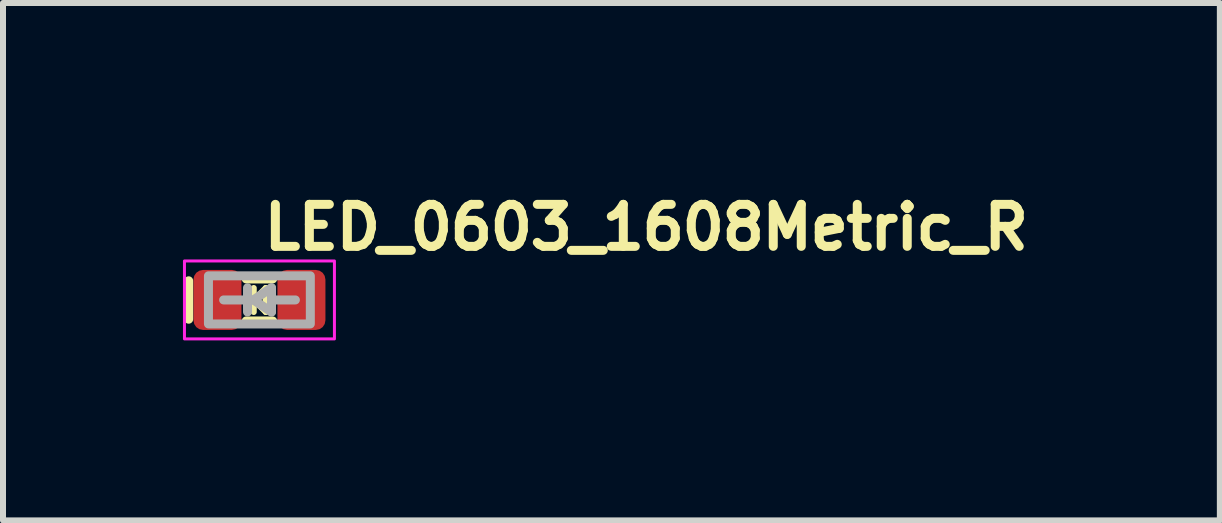
<source format=kicad_pcb>
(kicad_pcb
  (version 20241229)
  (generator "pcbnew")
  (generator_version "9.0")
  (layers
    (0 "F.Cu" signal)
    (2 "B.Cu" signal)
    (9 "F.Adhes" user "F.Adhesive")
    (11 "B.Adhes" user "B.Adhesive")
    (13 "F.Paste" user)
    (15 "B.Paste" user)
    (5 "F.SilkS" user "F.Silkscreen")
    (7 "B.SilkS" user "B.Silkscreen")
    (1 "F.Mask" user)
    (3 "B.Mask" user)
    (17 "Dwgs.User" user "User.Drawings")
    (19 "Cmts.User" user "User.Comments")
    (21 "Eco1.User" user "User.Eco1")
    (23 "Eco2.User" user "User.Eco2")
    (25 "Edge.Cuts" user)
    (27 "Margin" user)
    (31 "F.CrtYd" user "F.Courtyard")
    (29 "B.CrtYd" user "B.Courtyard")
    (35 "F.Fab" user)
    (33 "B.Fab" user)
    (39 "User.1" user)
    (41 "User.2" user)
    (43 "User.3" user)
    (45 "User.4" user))
  (footprint "LED_0603_1608Metric_R"
    (layer "F.Cu")
    (at 1.275 1.95)
    (property "Reference" "LED_0603_1608Metric_R" (at 0 -0.8 0) (layer "F.SilkS") (effects (font (size 0.7 0.7) (thickness 0.15)) (justify left bottom)))
    (attr smd)
    (fp_line (start -1.18 -0.319) (end -1.18 0.321) (stroke (width 0.15) (type solid)) (layer "F.SilkS"))
    (fp_line (start -0.095 0.001) (end -0.24 0.001) (stroke (width 0.1) (type solid)) (layer "F.SilkS"))
    (fp_line (start -0.095 0.001) (end 0.105 -0.199) (stroke (width 0.1) (type solid)) (layer "F.SilkS"))
    (fp_line (start -0.095 0.201) (end -0.095 -0.199) (stroke (width 0.1) (type solid)) (layer "F.SilkS"))
    (fp_line (start 0.105 0.001) (end 0.24 0.001) (stroke (width 0.1) (type solid)) (layer "F.SilkS"))
    (fp_line (start 0.105 0.201) (end -0.095 0.001) (stroke (width 0.1) (type solid)) (layer "F.SilkS"))
    (fp_line (start 0.105 0.201) (end 0.105 -0.199) (stroke (width 0.1) (type solid)) (layer "F.SilkS"))
    (fp_line (start 0.22 -0.35) (end -0.22 -0.35) (stroke (width 0.15) (type solid)) (layer "F.SilkS"))
    (fp_line (start 0.22 0.35) (end -0.22 0.35) (stroke (width 0.15) (type solid)) (layer "F.SilkS"))
    (fp_rect (start 1.25 0.65) (end -1.25 -0.65) (stroke (width 0.05) (type solid)) (fill no) (layer "F.CrtYd"))
    (fp_line (start -0.199 -0.202) (end -0.199 0.1) (stroke (width 0.15) (type solid)) (layer "F.Fab"))
    (fp_line (start -0.199 0) (end -0.597 0) (stroke (width 0.15) (type solid)) (layer "F.Fab"))
    (fp_line (start -0.199 0.2) (end -0.199 0.1) (stroke (width 0.15) (type solid)) (layer "F.Fab"))
    (fp_line (start -0.101 0) (end 0.201 0.2) (stroke (width 0.15) (type solid)) (layer "F.Fab"))
    (fp_line (start 0.201 -0.202) (end -0.101 0) (stroke (width 0.15) (type solid)) (layer "F.Fab"))
    (fp_line (start 0.201 0) (end 0.201 -0.202) (stroke (width 0.15) (type solid)) (layer "F.Fab"))
    (fp_line (start 0.201 0.2) (end 0.201 0) (stroke (width 0.15) (type solid)) (layer "F.Fab"))
    (fp_line (start 0.599 0) (end 0.201 0) (stroke (width 0.15) (type solid)) (layer "F.Fab"))
    (fp_rect (start 0.848 0.4) (end -0.85 -0.402) (stroke (width 0.15) (type solid)) (fill no) (layer "F.Fab"))
    (fp_rect (start -0.81 -0.4) (end 0.81 0.4) (stroke (width 0.1) (type solid)) (fill no) (layer "User.5"))
    (fp_line (start -0.812 -0.342) (end -0.812 -0.15) (stroke (width 0.02) (type solid)) (layer "User.9"))
    (fp_line (start -0.812 -0.15) (end -0.801 -0.151) (stroke (width 0.02) (type solid)) (layer "User.9"))
    (fp_line (start -0.812 0.148) (end -0.812 0.34) (stroke (width 0.02) (type solid)) (layer "User.9"))
    (fp_line (start -0.812 0.34) (end -0.58 0.34) (stroke (width 0.02) (type solid)) (layer "User.9"))
    (fp_line (start -0.806 0.148) (end -0.812 0.148) (stroke (width 0.02) (type solid)) (layer "User.9"))
    (fp_line (start -0.802 -0.402) (end -0.802 -0.342) (stroke (width 0.02) (type solid)) (layer "User.9"))
    (fp_line (start -0.802 0.34) (end -0.802 0.4) (stroke (width 0.02) (type solid)) (layer "User.9"))
    (fp_line (start -0.802 0.4) (end 0.8 0.4) (stroke (width 0.02) (type solid)) (layer "User.9"))
    (fp_line (start -0.801 -0.151) (end -0.791 -0.15) (stroke (width 0.02) (type solid)) (layer "User.9"))
    (fp_line (start -0.801 0.149) (end -0.806 0.148) (stroke (width 0.02) (type solid)) (layer "User.9"))
    (fp_line (start -0.796 0.148) (end -0.801 0.149) (stroke (width 0.02) (type solid)) (layer "User.9"))
    (fp_line (start -0.791 -0.15) (end -0.78 -0.149) (stroke (width 0.02) (type solid)) (layer "User.9"))
    (fp_line (start -0.791 0.148) (end -0.796 0.148) (stroke (width 0.02) (type solid)) (layer "User.9"))
    (fp_line (start -0.786 0.148) (end -0.791 0.148) (stroke (width 0.02) (type solid)) (layer "User.9"))
    (fp_line (start -0.782 -0.392) (end -0.782 -0.342) (stroke (width 0.02) (type solid)) (layer "User.9"))
    (fp_line (start -0.782 0.34) (end -0.782 0.39) (stroke (width 0.02) (type solid)) (layer "User.9"))
    (fp_line (start -0.782 0.39) (end -0.5 0.39) (stroke (width 0.02) (type solid)) (layer "User.9"))
    (fp_line (start -0.78 -0.149) (end -0.77 -0.147) (stroke (width 0.02) (type solid)) (layer "User.9"))
    (fp_line (start -0.78 0.147) (end -0.786 0.148) (stroke (width 0.02) (type solid)) (layer "User.9"))
    (fp_line (start -0.775 0.146) (end -0.78 0.147) (stroke (width 0.02) (type solid)) (layer "User.9"))
    (fp_line (start -0.77 -0.147) (end -0.76 -0.145) (stroke (width 0.02) (type solid)) (layer "User.9"))
    (fp_line (start -0.77 0.145) (end -0.775 0.146) (stroke (width 0.02) (type solid)) (layer "User.9"))
    (fp_line (start -0.764 0.144) (end -0.77 0.145) (stroke (width 0.02) (type solid)) (layer "User.9"))
    (fp_line (start -0.76 -0.145) (end -0.75 -0.143) (stroke (width 0.02) (type solid)) (layer "User.9"))
    (fp_line (start -0.76 0.144) (end -0.764 0.144) (stroke (width 0.02) (type solid)) (layer "User.9"))
    (fp_line (start -0.755 0.142) (end -0.76 0.144) (stroke (width 0.02) (type solid)) (layer "User.9"))
    (fp_line (start -0.75 -0.143) (end -0.74 -0.139) (stroke (width 0.02) (type solid)) (layer "User.9"))
    (fp_line (start -0.75 0.141) (end -0.755 0.142) (stroke (width 0.02) (type solid)) (layer "User.9"))
    (fp_line (start -0.745 0.139) (end -0.75 0.141) (stroke (width 0.02) (type solid)) (layer "User.9"))
    (fp_line (start -0.74 -0.139) (end -0.731 -0.135) (stroke (width 0.02) (type solid)) (layer "User.9"))
    (fp_line (start -0.74 0.137) (end -0.745 0.139) (stroke (width 0.02) (type solid)) (layer "User.9"))
    (fp_line (start -0.736 0.135) (end -0.74 0.137) (stroke (width 0.02) (type solid)) (layer "User.9"))
    (fp_line (start -0.731 -0.135) (end -0.723 -0.13) (stroke (width 0.02) (type solid)) (layer "User.9"))
    (fp_line (start -0.731 0.133) (end -0.736 0.135) (stroke (width 0.02) (type solid)) (layer "User.9"))
    (fp_line (start -0.727 0.13) (end -0.731 0.133) (stroke (width 0.02) (type solid)) (layer "User.9"))
    (fp_line (start -0.723 -0.13) (end -0.714 -0.123) (stroke (width 0.02) (type solid)) (layer "User.9"))
    (fp_line (start -0.723 0.128) (end -0.727 0.13) (stroke (width 0.02) (type solid)) (layer "User.9"))
    (fp_line (start -0.718 0.124) (end -0.723 0.128) (stroke (width 0.02) (type solid)) (layer "User.9"))
    (fp_line (start -0.714 -0.123) (end -0.706 -0.118) (stroke (width 0.02) (type solid)) (layer "User.9"))
    (fp_line (start -0.714 0.121) (end -0.718 0.124) (stroke (width 0.02) (type solid)) (layer "User.9"))
    (fp_line (start -0.71 0.119) (end -0.714 0.121) (stroke (width 0.02) (type solid)) (layer "User.9"))
    (fp_line (start -0.706 -0.118) (end -0.699 -0.11) (stroke (width 0.02) (type solid)) (layer "User.9"))
    (fp_line (start -0.706 0.116) (end -0.71 0.119) (stroke (width 0.02) (type solid)) (layer "User.9"))
    (fp_line (start -0.703 0.113) (end -0.706 0.116) (stroke (width 0.02) (type solid)) (layer "User.9"))
    (fp_line (start -0.699 -0.11) (end -0.692 -0.104) (stroke (width 0.02) (type solid)) (layer "User.9"))
    (fp_line (start -0.699 0.108) (end -0.703 0.113) (stroke (width 0.02) (type solid)) (layer "User.9"))
    (fp_line (start -0.696 0.105) (end -0.699 0.108) (stroke (width 0.02) (type solid)) (layer "User.9"))
    (fp_line (start -0.692 -0.104) (end -0.685 -0.095) (stroke (width 0.02) (type solid)) (layer "User.9"))
    (fp_line (start -0.692 0.102) (end -0.696 0.105) (stroke (width 0.02) (type solid)) (layer "User.9"))
    (fp_line (start -0.689 0.098) (end -0.692 0.102) (stroke (width 0.02) (type solid)) (layer "User.9"))
    (fp_line (start -0.685 -0.095) (end -0.679 -0.088) (stroke (width 0.02) (type solid)) (layer "User.9"))
    (fp_line (start -0.685 0.093) (end -0.689 0.098) (stroke (width 0.02) (type solid)) (layer "User.9"))
    (fp_line (start -0.682 0.089) (end -0.685 0.093) (stroke (width 0.02) (type solid)) (layer "User.9"))
    (fp_line (start -0.679 -0.088) (end -0.673 -0.078) (stroke (width 0.02) (type solid)) (layer "User.9"))
    (fp_line (start -0.679 0.086) (end -0.682 0.089) (stroke (width 0.02) (type solid)) (layer "User.9"))
    (fp_line (start -0.676 0.082) (end -0.679 0.086) (stroke (width 0.02) (type solid)) (layer "User.9"))
    (fp_line (start -0.673 -0.078) (end -0.673 -0.078) (stroke (width 0.02) (type solid)) (layer "User.9"))
    (fp_line (start -0.673 -0.078) (end -0.668 -0.07) (stroke (width 0.02) (type solid)) (layer "User.9"))
    (fp_line (start -0.673 0.076) (end -0.676 0.082) (stroke (width 0.02) (type solid)) (layer "User.9"))
    (fp_line (start -0.673 0.076) (end -0.673 0.076) (stroke (width 0.02) (type solid)) (layer "User.9"))
    (fp_line (start -0.668 -0.07) (end -0.664 -0.06) (stroke (width 0.02) (type solid)) (layer "User.9"))
    (fp_line (start -0.668 0.068) (end -0.673 0.076) (stroke (width 0.02) (type solid)) (layer "User.9"))
    (fp_line (start -0.664 -0.06) (end -0.66 -0.051) (stroke (width 0.02) (type solid)) (layer "User.9"))
    (fp_line (start -0.664 0.059) (end -0.668 0.068) (stroke (width 0.02) (type solid)) (layer "User.9"))
    (fp_line (start -0.66 -0.051) (end -0.657 -0.042) (stroke (width 0.02) (type solid)) (layer "User.9"))
    (fp_line (start -0.66 0.049) (end -0.664 0.059) (stroke (width 0.02) (type solid)) (layer "User.9"))
    (fp_line (start -0.657 -0.042) (end -0.655 -0.031) (stroke (width 0.02) (type solid)) (layer "User.9"))
    (fp_line (start -0.657 0.04) (end -0.66 0.049) (stroke (width 0.02) (type solid)) (layer "User.9"))
    (fp_line (start -0.655 -0.031) (end -0.653 -0.022) (stroke (width 0.02) (type solid)) (layer "User.9"))
    (fp_line (start -0.655 0.029) (end -0.657 0.04) (stroke (width 0.02) (type solid)) (layer "User.9"))
    (fp_line (start -0.653 -0.022) (end -0.652 -0.011) (stroke (width 0.02) (type solid)) (layer "User.9"))
    (fp_line (start -0.653 0.02) (end -0.655 0.029) (stroke (width 0.02) (type solid)) (layer "User.9"))
    (fp_line (start -0.652 -0.011) (end -0.651 0) (stroke (width 0.02) (type solid)) (layer "User.9"))
    (fp_line (start -0.652 0.01) (end -0.653 0.02) (stroke (width 0.02) (type solid)) (layer "User.9"))
    (fp_line (start -0.651 0) (end -0.652 0.01) (stroke (width 0.02) (type solid)) (layer "User.9"))
    (fp_line (start -0.6 -0.308) (end -0.599 -0.311) (stroke (width 0.02) (type solid)) (layer "User.9"))
    (fp_line (start -0.6 -0.306) (end -0.6 -0.308) (stroke (width 0.02) (type solid)) (layer "User.9"))
    (fp_line (start -0.6 -0.303) (end -0.6 -0.306) (stroke (width 0.02) (type solid)) (layer "User.9"))
    (fp_line (start -0.6 -0.3) (end -0.6 -0.303) (stroke (width 0.02) (type solid)) (layer "User.9"))
    (fp_line (start -0.6 -0.3) (end -0.6 0.298) (stroke (width 0.02) (type solid)) (layer "User.9"))
    (fp_line (start -0.6 0.301) (end -0.6 0.298) (stroke (width 0.02) (type solid)) (layer "User.9"))
    (fp_line (start -0.6 0.304) (end -0.6 0.301) (stroke (width 0.02) (type solid)) (layer "User.9"))
    (fp_line (start -0.6 0.306) (end -0.6 0.304) (stroke (width 0.02) (type solid)) (layer "User.9"))
    (fp_line (start -0.599 -0.313) (end -0.598 -0.315) (stroke (width 0.02) (type solid)) (layer "User.9"))
    (fp_line (start -0.599 -0.311) (end -0.599 -0.313) (stroke (width 0.02) (type solid)) (layer "User.9"))
    (fp_line (start -0.599 0.309) (end -0.6 0.306) (stroke (width 0.02) (type solid)) (layer "User.9"))
    (fp_line (start -0.599 0.311) (end -0.599 0.309) (stroke (width 0.02) (type solid)) (layer "User.9"))
    (fp_line (start -0.598 -0.315) (end -0.597 -0.318) (stroke (width 0.02) (type solid)) (layer "User.9"))
    (fp_line (start -0.598 0.313) (end -0.599 0.311) (stroke (width 0.02) (type solid)) (layer "User.9"))
    (fp_line (start -0.597 -0.32) (end -0.596 -0.323) (stroke (width 0.02) (type solid)) (layer "User.9"))
    (fp_line (start -0.597 -0.318) (end -0.597 -0.32) (stroke (width 0.02) (type solid)) (layer "User.9"))
    (fp_line (start -0.597 0.316) (end -0.598 0.313) (stroke (width 0.02) (type solid)) (layer "User.9"))
    (fp_line (start -0.597 0.318) (end -0.597 0.316) (stroke (width 0.02) (type solid)) (layer "User.9"))
    (fp_line (start -0.596 -0.323) (end -0.594 -0.325) (stroke (width 0.02) (type solid)) (layer "User.9"))
    (fp_line (start -0.596 0.321) (end -0.597 0.318) (stroke (width 0.02) (type solid)) (layer "User.9"))
    (fp_line (start -0.594 -0.325) (end -0.593 -0.327) (stroke (width 0.02) (type solid)) (layer "User.9"))
    (fp_line (start -0.594 0.323) (end -0.596 0.321) (stroke (width 0.02) (type solid)) (layer "User.9"))
    (fp_line (start -0.593 -0.327) (end -0.592 -0.329) (stroke (width 0.02) (type solid)) (layer "User.9"))
    (fp_line (start -0.593 0.325) (end -0.594 0.323) (stroke (width 0.02) (type solid)) (layer "User.9"))
    (fp_line (start -0.592 -0.329) (end -0.591 -0.331) (stroke (width 0.02) (type solid)) (layer "User.9"))
    (fp_line (start -0.592 0.327) (end -0.593 0.325) (stroke (width 0.02) (type solid)) (layer "User.9"))
    (fp_line (start -0.591 -0.331) (end -0.589 -0.333) (stroke (width 0.02) (type solid)) (layer "User.9"))
    (fp_line (start -0.591 0.329) (end -0.592 0.327) (stroke (width 0.02) (type solid)) (layer "User.9"))
    (fp_line (start -0.589 -0.333) (end -0.588 -0.335) (stroke (width 0.02) (type solid)) (layer "User.9"))
    (fp_line (start -0.589 0.331) (end -0.591 0.329) (stroke (width 0.02) (type solid)) (layer "User.9"))
    (fp_line (start -0.588 -0.335) (end -0.586 -0.337) (stroke (width 0.02) (type solid)) (layer "User.9"))
    (fp_line (start -0.588 0.333) (end -0.589 0.331) (stroke (width 0.02) (type solid)) (layer "User.9"))
    (fp_line (start -0.586 -0.337) (end -0.584 -0.339) (stroke (width 0.02) (type solid)) (layer "User.9"))
    (fp_line (start -0.586 0.335) (end -0.588 0.333) (stroke (width 0.02) (type solid)) (layer "User.9"))
    (fp_line (start -0.584 -0.339) (end -0.582 -0.34) (stroke (width 0.02) (type solid)) (layer "User.9"))
    (fp_line (start -0.584 0.337) (end -0.586 0.335) (stroke (width 0.02) (type solid)) (layer "User.9"))
    (fp_line (start -0.582 -0.34) (end -0.58 -0.342) (stroke (width 0.02) (type solid)) (layer "User.9"))
    (fp_line (start -0.582 0.338) (end -0.584 0.337) (stroke (width 0.02) (type solid)) (layer "User.9"))
    (fp_line (start -0.58 -0.342) (end -0.812 -0.342) (stroke (width 0.02) (type solid)) (layer "User.9"))
    (fp_line (start -0.58 -0.342) (end -0.578 -0.343) (stroke (width 0.02) (type solid)) (layer "User.9"))
    (fp_line (start -0.58 0.34) (end -0.582 0.338) (stroke (width 0.02) (type solid)) (layer "User.9"))
    (fp_line (start -0.578 -0.343) (end -0.577 -0.344) (stroke (width 0.02) (type solid)) (layer "User.9"))
    (fp_line (start -0.578 0.341) (end -0.58 0.34) (stroke (width 0.02) (type solid)) (layer "User.9"))
    (fp_line (start -0.577 -0.344) (end -0.575 -0.345) (stroke (width 0.02) (type solid)) (layer "User.9"))
    (fp_line (start -0.577 0.342) (end -0.578 0.341) (stroke (width 0.02) (type solid)) (layer "User.9"))
    (fp_line (start -0.575 -0.345) (end -0.573 -0.347) (stroke (width 0.02) (type solid)) (layer "User.9"))
    (fp_line (start -0.575 0.343) (end -0.577 0.342) (stroke (width 0.02) (type solid)) (layer "User.9"))
    (fp_line (start -0.573 -0.347) (end -0.571 -0.348) (stroke (width 0.02) (type solid)) (layer "User.9"))
    (fp_line (start -0.573 0.345) (end -0.575 0.343) (stroke (width 0.02) (type solid)) (layer "User.9"))
    (fp_line (start -0.571 -0.348) (end -0.569 -0.348) (stroke (width 0.02) (type solid)) (layer "User.9"))
    (fp_line (start -0.571 0.346) (end -0.573 0.345) (stroke (width 0.02) (type solid)) (layer "User.9"))
    (fp_line (start -0.569 -0.348) (end -0.566 -0.349) (stroke (width 0.02) (type solid)) (layer "User.9"))
    (fp_line (start -0.569 0.346) (end -0.571 0.346) (stroke (width 0.02) (type solid)) (layer "User.9"))
    (fp_line (start -0.566 -0.349) (end -0.564 -0.35) (stroke (width 0.02) (type solid)) (layer "User.9"))
    (fp_line (start -0.566 0.347) (end -0.569 0.346) (stroke (width 0.02) (type solid)) (layer "User.9"))
    (fp_line (start -0.564 -0.35) (end -0.562 -0.35) (stroke (width 0.02) (type solid)) (layer "User.9"))
    (fp_line (start -0.564 0.348) (end -0.566 0.347) (stroke (width 0.02) (type solid)) (layer "User.9"))
    (fp_line (start -0.562 -0.35) (end -0.559 -0.351) (stroke (width 0.02) (type solid)) (layer "User.9"))
    (fp_line (start -0.562 0.348) (end -0.564 0.348) (stroke (width 0.02) (type solid)) (layer "User.9"))
    (fp_line (start -0.559 -0.351) (end -0.557 -0.351) (stroke (width 0.02) (type solid)) (layer "User.9"))
    (fp_line (start -0.559 0.349) (end -0.562 0.348) (stroke (width 0.02) (type solid)) (layer "User.9"))
    (fp_line (start -0.557 -0.351) (end -0.554 -0.351) (stroke (width 0.02) (type solid)) (layer "User.9"))
    (fp_line (start -0.557 0.349) (end -0.559 0.349) (stroke (width 0.02) (type solid)) (layer "User.9"))
    (fp_line (start -0.554 -0.351) (end -0.552 -0.351) (stroke (width 0.02) (type solid)) (layer "User.9"))
    (fp_line (start -0.554 0.349) (end -0.557 0.349) (stroke (width 0.02) (type solid)) (layer "User.9"))
    (fp_line (start -0.552 0.349) (end -0.554 0.349) (stroke (width 0.02) (type solid)) (layer "User.9"))
    (fp_line (start -0.552 0.349) (end 0.55 0.349) (stroke (width 0.02) (type solid)) (layer "User.9"))
    (fp_line (start -0.5 -0.392) (end -0.782 -0.392) (stroke (width 0.02) (type solid)) (layer "User.9"))
    (fp_line (start -0.5 -0.351) (end -0.5 -0.392) (stroke (width 0.02) (type solid)) (layer "User.9"))
    (fp_line (start -0.5 0.39) (end -0.5 0.349) (stroke (width 0.02) (type solid)) (layer "User.9"))
    (fp_line (start 0.55 -0.351) (end -0.552 -0.351) (stroke (width 0.02) (type solid)) (layer "User.9"))
    (fp_line (start 0.55 -0.351) (end 0.552 -0.351) (stroke (width 0.02) (type solid)) (layer "User.9"))
    (fp_line (start 0.552 -0.351) (end 0.555 -0.351) (stroke (width 0.02) (type solid)) (layer "User.9"))
    (fp_line (start 0.552 0.349) (end 0.55 0.349) (stroke (width 0.02) (type solid)) (layer "User.9"))
    (fp_line (start 0.555 -0.351) (end 0.557 -0.351) (stroke (width 0.02) (type solid)) (layer "User.9"))
    (fp_line (start 0.555 0.349) (end 0.552 0.349) (stroke (width 0.02) (type solid)) (layer "User.9"))
    (fp_line (start 0.557 -0.351) (end 0.56 -0.35) (stroke (width 0.02) (type solid)) (layer "User.9"))
    (fp_line (start 0.557 0.349) (end 0.555 0.349) (stroke (width 0.02) (type solid)) (layer "User.9"))
    (fp_line (start 0.56 -0.35) (end 0.562 -0.35) (stroke (width 0.02) (type solid)) (layer "User.9"))
    (fp_line (start 0.56 0.348) (end 0.557 0.349) (stroke (width 0.02) (type solid)) (layer "User.9"))
    (fp_line (start 0.562 -0.35) (end 0.564 -0.349) (stroke (width 0.02) (type solid)) (layer "User.9"))
    (fp_line (start 0.562 0.348) (end 0.56 0.348) (stroke (width 0.02) (type solid)) (layer "User.9"))
    (fp_line (start 0.564 -0.349) (end 0.567 -0.348) (stroke (width 0.02) (type solid)) (layer "User.9"))
    (fp_line (start 0.564 0.347) (end 0.562 0.348) (stroke (width 0.02) (type solid)) (layer "User.9"))
    (fp_line (start 0.567 -0.348) (end 0.569 -0.348) (stroke (width 0.02) (type solid)) (layer "User.9"))
    (fp_line (start 0.567 0.346) (end 0.564 0.347) (stroke (width 0.02) (type solid)) (layer "User.9"))
    (fp_line (start 0.569 -0.348) (end 0.571 -0.347) (stroke (width 0.02) (type solid)) (layer "User.9"))
    (fp_line (start 0.569 0.346) (end 0.567 0.346) (stroke (width 0.02) (type solid)) (layer "User.9"))
    (fp_line (start 0.571 -0.347) (end 0.573 -0.345) (stroke (width 0.02) (type solid)) (layer "User.9"))
    (fp_line (start 0.571 0.345) (end 0.569 0.346) (stroke (width 0.02) (type solid)) (layer "User.9"))
    (fp_line (start 0.573 -0.345) (end 0.575 -0.344) (stroke (width 0.02) (type solid)) (layer "User.9"))
    (fp_line (start 0.573 0.343) (end 0.571 0.345) (stroke (width 0.02) (type solid)) (layer "User.9"))
    (fp_line (start 0.575 -0.344) (end 0.576 -0.343) (stroke (width 0.02) (type solid)) (layer "User.9"))
    (fp_line (start 0.575 0.342) (end 0.573 0.343) (stroke (width 0.02) (type solid)) (layer "User.9"))
    (fp_line (start 0.576 -0.343) (end 0.578 -0.342) (stroke (width 0.02) (type solid)) (layer "User.9"))
    (fp_line (start 0.576 0.341) (end 0.575 0.342) (stroke (width 0.02) (type solid)) (layer "User.9"))
    (fp_line (start 0.578 -0.342) (end 0.58 -0.34) (stroke (width 0.02) (type solid)) (layer "User.9"))
    (fp_line (start 0.578 0.34) (end 0.576 0.341) (stroke (width 0.02) (type solid)) (layer "User.9"))
    (fp_line (start 0.578 0.34) (end 0.81 0.34) (stroke (width 0.02) (type solid)) (layer "User.9"))
    (fp_line (start 0.58 -0.34) (end 0.582 -0.339) (stroke (width 0.02) (type solid)) (layer "User.9"))
    (fp_line (start 0.58 0.338) (end 0.578 0.34) (stroke (width 0.02) (type solid)) (layer "User.9"))
    (fp_line (start 0.582 -0.339) (end 0.584 -0.337) (stroke (width 0.02) (type solid)) (layer "User.9"))
    (fp_line (start 0.582 0.337) (end 0.58 0.338) (stroke (width 0.02) (type solid)) (layer "User.9"))
    (fp_line (start 0.584 -0.337) (end 0.586 -0.335) (stroke (width 0.02) (type solid)) (layer "User.9"))
    (fp_line (start 0.584 0.335) (end 0.582 0.337) (stroke (width 0.02) (type solid)) (layer "User.9"))
    (fp_line (start 0.586 -0.335) (end 0.587 -0.333) (stroke (width 0.02) (type solid)) (layer "User.9"))
    (fp_line (start 0.586 0.333) (end 0.584 0.335) (stroke (width 0.02) (type solid)) (layer "User.9"))
    (fp_line (start 0.587 -0.333) (end 0.589 -0.331) (stroke (width 0.02) (type solid)) (layer "User.9"))
    (fp_line (start 0.587 0.331) (end 0.586 0.333) (stroke (width 0.02) (type solid)) (layer "User.9"))
    (fp_line (start 0.589 -0.331) (end 0.59 -0.329) (stroke (width 0.02) (type solid)) (layer "User.9"))
    (fp_line (start 0.589 0.329) (end 0.587 0.331) (stroke (width 0.02) (type solid)) (layer "User.9"))
    (fp_line (start 0.59 -0.329) (end 0.591 -0.327) (stroke (width 0.02) (type solid)) (layer "User.9"))
    (fp_line (start 0.59 0.327) (end 0.589 0.329) (stroke (width 0.02) (type solid)) (layer "User.9"))
    (fp_line (start 0.591 -0.327) (end 0.592 -0.325) (stroke (width 0.02) (type solid)) (layer "User.9"))
    (fp_line (start 0.591 0.325) (end 0.59 0.327) (stroke (width 0.02) (type solid)) (layer "User.9"))
    (fp_line (start 0.592 -0.325) (end 0.594 -0.323) (stroke (width 0.02) (type solid)) (layer "User.9"))
    (fp_line (start 0.592 0.323) (end 0.591 0.325) (stroke (width 0.02) (type solid)) (layer "User.9"))
    (fp_line (start 0.594 -0.323) (end 0.595 -0.32) (stroke (width 0.02) (type solid)) (layer "User.9"))
    (fp_line (start 0.594 0.321) (end 0.592 0.323) (stroke (width 0.02) (type solid)) (layer "User.9"))
    (fp_line (start 0.595 -0.32) (end 0.595 -0.318) (stroke (width 0.02) (type solid)) (layer "User.9"))
    (fp_line (start 0.595 -0.318) (end 0.596 -0.315) (stroke (width 0.02) (type solid)) (layer "User.9"))
    (fp_line (start 0.595 0.316) (end 0.595 0.318) (stroke (width 0.02) (type solid)) (layer "User.9"))
    (fp_line (start 0.595 0.318) (end 0.594 0.321) (stroke (width 0.02) (type solid)) (layer "User.9"))
    (fp_line (start 0.596 -0.315) (end 0.597 -0.313) (stroke (width 0.02) (type solid)) (layer "User.9"))
    (fp_line (start 0.596 0.313) (end 0.595 0.316) (stroke (width 0.02) (type solid)) (layer "User.9"))
    (fp_line (start 0.597 -0.313) (end 0.597 -0.311) (stroke (width 0.02) (type solid)) (layer "User.9"))
    (fp_line (start 0.597 -0.311) (end 0.598 -0.308) (stroke (width 0.02) (type solid)) (layer "User.9"))
    (fp_line (start 0.597 0.309) (end 0.597 0.311) (stroke (width 0.02) (type solid)) (layer "User.9"))
    (fp_line (start 0.597 0.311) (end 0.596 0.313) (stroke (width 0.02) (type solid)) (layer "User.9"))
    (fp_line (start 0.598 -0.308) (end 0.598 -0.306) (stroke (width 0.02) (type solid)) (layer "User.9"))
    (fp_line (start 0.598 -0.306) (end 0.598 -0.303) (stroke (width 0.02) (type solid)) (layer "User.9"))
    (fp_line (start 0.598 -0.303) (end 0.598 -0.3) (stroke (width 0.02) (type solid)) (layer "User.9"))
    (fp_line (start 0.598 0.298) (end 0.598 -0.3) (stroke (width 0.02) (type solid)) (layer "User.9"))
    (fp_line (start 0.598 0.298) (end 0.598 0.301) (stroke (width 0.02) (type solid)) (layer "User.9"))
    (fp_line (start 0.598 0.301) (end 0.598 0.304) (stroke (width 0.02) (type solid)) (layer "User.9"))
    (fp_line (start 0.598 0.304) (end 0.598 0.306) (stroke (width 0.02) (type solid)) (layer "User.9"))
    (fp_line (start 0.598 0.306) (end 0.597 0.309) (stroke (width 0.02) (type solid)) (layer "User.9"))
    (fp_line (start 0.65 -0.016) (end 0.651 -0.024) (stroke (width 0.02) (type solid)) (layer "User.9"))
    (fp_line (start 0.65 -0.008) (end 0.65 -0.016) (stroke (width 0.02) (type solid)) (layer "User.9"))
    (fp_line (start 0.65 0) (end 0.65 -0.008) (stroke (width 0.02) (type solid)) (layer "User.9"))
    (fp_line (start 0.65 0.007) (end 0.65 0) (stroke (width 0.02) (type solid)) (layer "User.9"))
    (fp_line (start 0.65 0.014) (end 0.65 0.007) (stroke (width 0.02) (type solid)) (layer "User.9"))
    (fp_line (start 0.651 -0.024) (end 0.653 -0.031) (stroke (width 0.02) (type solid)) (layer "User.9"))
    (fp_line (start 0.651 0.022) (end 0.65 0.014) (stroke (width 0.02) (type solid)) (layer "User.9"))
    (fp_line (start 0.653 -0.031) (end 0.654 -0.039) (stroke (width 0.02) (type solid)) (layer "User.9"))
    (fp_line (start 0.653 0.029) (end 0.651 0.022) (stroke (width 0.02) (type solid)) (layer "User.9"))
    (fp_line (start 0.654 -0.039) (end 0.657 -0.046) (stroke (width 0.02) (type solid)) (layer "User.9"))
    (fp_line (start 0.654 0.037) (end 0.653 0.029) (stroke (width 0.02) (type solid)) (layer "User.9"))
    (fp_line (start 0.657 -0.046) (end 0.659 -0.053) (stroke (width 0.02) (type solid)) (layer "User.9"))
    (fp_line (start 0.657 0.044) (end 0.654 0.037) (stroke (width 0.02) (type solid)) (layer "User.9"))
    (fp_line (start 0.659 -0.053) (end 0.662 -0.06) (stroke (width 0.02) (type solid)) (layer "User.9"))
    (fp_line (start 0.659 0.052) (end 0.657 0.044) (stroke (width 0.02) (type solid)) (layer "User.9"))
    (fp_line (start 0.662 -0.06) (end 0.665 -0.068) (stroke (width 0.02) (type solid)) (layer "User.9"))
    (fp_line (start 0.662 0.059) (end 0.659 0.052) (stroke (width 0.02) (type solid)) (layer "User.9"))
    (fp_line (start 0.665 -0.068) (end 0.669 -0.074) (stroke (width 0.02) (type solid)) (layer "User.9"))
    (fp_line (start 0.665 0.066) (end 0.662 0.059) (stroke (width 0.02) (type solid)) (layer "User.9"))
    (fp_line (start 0.669 -0.074) (end 0.673 -0.08) (stroke (width 0.02) (type solid)) (layer "User.9"))
    (fp_line (start 0.669 0.072) (end 0.665 0.066) (stroke (width 0.02) (type solid)) (layer "User.9"))
    (fp_line (start 0.673 -0.08) (end 0.677 -0.088) (stroke (width 0.02) (type solid)) (layer "User.9"))
    (fp_line (start 0.673 0.078) (end 0.669 0.072) (stroke (width 0.02) (type solid)) (layer "User.9"))
    (fp_line (start 0.677 -0.088) (end 0.681 -0.093) (stroke (width 0.02) (type solid)) (layer "User.9"))
    (fp_line (start 0.677 0.086) (end 0.673 0.078) (stroke (width 0.02) (type solid)) (layer "User.9"))
    (fp_line (start 0.681 -0.093) (end 0.686 -0.1) (stroke (width 0.02) (type solid)) (layer "User.9"))
    (fp_line (start 0.681 0.091) (end 0.677 0.086) (stroke (width 0.02) (type solid)) (layer "User.9"))
    (fp_line (start 0.686 -0.1) (end 0.691 -0.105) (stroke (width 0.02) (type solid)) (layer "User.9"))
    (fp_line (start 0.686 0.098) (end 0.681 0.091) (stroke (width 0.02) (type solid)) (layer "User.9"))
    (fp_line (start 0.691 -0.105) (end 0.697 -0.11) (stroke (width 0.02) (type solid)) (layer "User.9"))
    (fp_line (start 0.691 0.104) (end 0.686 0.098) (stroke (width 0.02) (type solid)) (layer "User.9"))
    (fp_line (start 0.697 -0.11) (end 0.697 -0.11) (stroke (width 0.02) (type solid)) (layer "User.9"))
    (fp_line (start 0.697 -0.11) (end 0.703 -0.116) (stroke (width 0.02) (type solid)) (layer "User.9"))
    (fp_line (start 0.697 0.108) (end 0.691 0.104) (stroke (width 0.02) (type solid)) (layer "User.9"))
    (fp_line (start 0.697 0.108) (end 0.697 0.108) (stroke (width 0.02) (type solid)) (layer "User.9"))
    (fp_line (start 0.703 -0.116) (end 0.708 -0.12) (stroke (width 0.02) (type solid)) (layer "User.9"))
    (fp_line (start 0.703 0.114) (end 0.697 0.108) (stroke (width 0.02) (type solid)) (layer "User.9"))
    (fp_line (start 0.708 -0.12) (end 0.714 -0.125) (stroke (width 0.02) (type solid)) (layer "User.9"))
    (fp_line (start 0.708 0.119) (end 0.703 0.114) (stroke (width 0.02) (type solid)) (layer "User.9"))
    (fp_line (start 0.714 -0.125) (end 0.721 -0.13) (stroke (width 0.02) (type solid)) (layer "User.9"))
    (fp_line (start 0.714 0.123) (end 0.708 0.119) (stroke (width 0.02) (type solid)) (layer "User.9"))
    (fp_line (start 0.721 -0.13) (end 0.727 -0.133) (stroke (width 0.02) (type solid)) (layer "User.9"))
    (fp_line (start 0.721 0.128) (end 0.714 0.123) (stroke (width 0.02) (type solid)) (layer "User.9"))
    (fp_line (start 0.727 -0.133) (end 0.734 -0.137) (stroke (width 0.02) (type solid)) (layer "User.9"))
    (fp_line (start 0.727 0.131) (end 0.721 0.128) (stroke (width 0.02) (type solid)) (layer "User.9"))
    (fp_line (start 0.734 -0.137) (end 0.741 -0.14) (stroke (width 0.02) (type solid)) (layer "User.9"))
    (fp_line (start 0.734 0.135) (end 0.727 0.131) (stroke (width 0.02) (type solid)) (layer "User.9"))
    (fp_line (start 0.741 -0.14) (end 0.748 -0.143) (stroke (width 0.02) (type solid)) (layer "User.9"))
    (fp_line (start 0.741 0.138) (end 0.734 0.135) (stroke (width 0.02) (type solid)) (layer "User.9"))
    (fp_line (start 0.748 -0.143) (end 0.755 -0.145) (stroke (width 0.02) (type solid)) (layer "User.9"))
    (fp_line (start 0.748 0.141) (end 0.741 0.138) (stroke (width 0.02) (type solid)) (layer "User.9"))
    (fp_line (start 0.755 -0.145) (end 0.763 -0.146) (stroke (width 0.02) (type solid)) (layer "User.9"))
    (fp_line (start 0.755 0.143) (end 0.748 0.141) (stroke (width 0.02) (type solid)) (layer "User.9"))
    (fp_line (start 0.763 -0.146) (end 0.771 -0.148) (stroke (width 0.02) (type solid)) (layer "User.9"))
    (fp_line (start 0.763 0.144) (end 0.755 0.143) (stroke (width 0.02) (type solid)) (layer "User.9"))
    (fp_line (start 0.771 -0.148) (end 0.779 -0.149) (stroke (width 0.02) (type solid)) (layer "User.9"))
    (fp_line (start 0.771 0.146) (end 0.763 0.144) (stroke (width 0.02) (type solid)) (layer "User.9"))
    (fp_line (start 0.779 -0.149) (end 0.786 -0.15) (stroke (width 0.02) (type solid)) (layer "User.9"))
    (fp_line (start 0.779 0.147) (end 0.771 0.146) (stroke (width 0.02) (type solid)) (layer "User.9"))
    (fp_line (start 0.786 -0.15) (end 0.794 -0.15) (stroke (width 0.02) (type solid)) (layer "User.9"))
    (fp_line (start 0.786 0.148) (end 0.779 0.147) (stroke (width 0.02) (type solid)) (layer "User.9"))
    (fp_line (start 0.794 -0.15) (end 0.802 -0.15) (stroke (width 0.02) (type solid)) (layer "User.9"))
    (fp_line (start 0.794 0.148) (end 0.786 0.148) (stroke (width 0.02) (type solid)) (layer "User.9"))
    (fp_line (start 0.8 -0.402) (end -0.802 -0.402) (stroke (width 0.02) (type solid)) (layer "User.9"))
    (fp_line (start 0.8 -0.342) (end 0.8 -0.402) (stroke (width 0.02) (type solid)) (layer "User.9"))
    (fp_line (start 0.8 0.4) (end 0.8 0.34) (stroke (width 0.02) (type solid)) (layer "User.9"))
    (fp_line (start 0.802 -0.15) (end 0.81 -0.15) (stroke (width 0.02) (type solid)) (layer "User.9"))
    (fp_line (start 0.802 0.148) (end 0.794 0.148) (stroke (width 0.02) (type solid)) (layer "User.9"))
    (fp_line (start 0.81 -0.342) (end 0.578 -0.342) (stroke (width 0.02) (type solid)) (layer "User.9"))
    (fp_line (start 0.81 -0.15) (end 0.81 -0.342) (stroke (width 0.02) (type solid)) (layer "User.9"))
    (fp_line (start 0.81 0.148) (end 0.802 0.148) (stroke (width 0.02) (type solid)) (layer "User.9"))
    (fp_line (start 0.81 0.34) (end 0.81 0.148) (stroke (width 0.02) (type solid)) (layer "User.9"))
    (pad "1" smd roundrect (at -0.7 0 180) (size 0.8 1) (layers "F.Cu" "F.Mask" "F.Paste") (roundrect_rratio 0.2))
    (pad "2" smd roundrect (at 0.7 0 180) (size 0.8 1) (layers "F.Cu" "F.Mask" "F.Paste") (roundrect_rratio 0.2)))
  (gr_rect
    (start -3 -3)
    (end 17.285 5.625)
    (stroke (width 0.1) (type default))
    (fill no)
    (layer "Edge.Cuts")))
</source>
